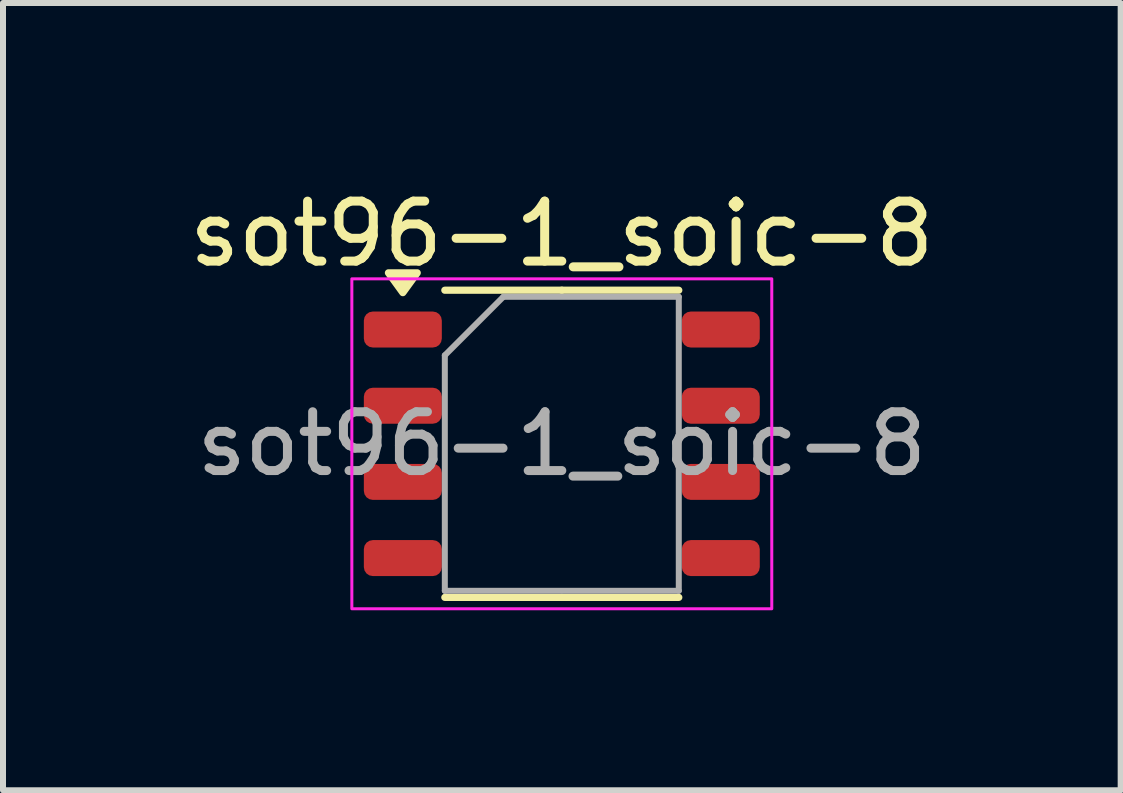
<source format=kicad_pcb>
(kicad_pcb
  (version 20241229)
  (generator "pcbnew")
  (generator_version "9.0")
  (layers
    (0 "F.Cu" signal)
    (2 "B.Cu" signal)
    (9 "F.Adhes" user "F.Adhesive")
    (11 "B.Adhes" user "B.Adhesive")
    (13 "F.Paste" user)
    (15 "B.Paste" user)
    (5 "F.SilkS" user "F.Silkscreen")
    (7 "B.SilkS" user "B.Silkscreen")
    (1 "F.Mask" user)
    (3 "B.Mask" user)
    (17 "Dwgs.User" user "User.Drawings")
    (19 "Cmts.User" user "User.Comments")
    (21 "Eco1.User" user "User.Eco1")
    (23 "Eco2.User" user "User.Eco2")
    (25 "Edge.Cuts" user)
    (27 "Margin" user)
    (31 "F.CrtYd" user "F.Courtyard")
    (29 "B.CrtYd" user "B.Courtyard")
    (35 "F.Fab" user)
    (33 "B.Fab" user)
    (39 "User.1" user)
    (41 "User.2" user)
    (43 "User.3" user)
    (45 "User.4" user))
  (footprint "sot96-1_soic-8"
    (layer "F.Cu")
    (at 6.315 4.348)
    (property "Reference" "sot96-1_soic-8" (at 0 -3.5 0) (layer "F.SilkS") (effects (font (size 1 1) (thickness 0.15))))
    (attr smd)
    (fp_line (start 0 -2.56) (end -1.95 -2.56) (stroke (width 0.12) (type solid)) (layer "F.SilkS"))
    (fp_line (start 0 -2.56) (end 1.95 -2.56) (stroke (width 0.12) (type solid)) (layer "F.SilkS"))
    (fp_line (start 0 2.56) (end -1.95 2.56) (stroke (width 0.12) (type solid)) (layer "F.SilkS"))
    (fp_line (start 0 2.56) (end 1.95 2.56) (stroke (width 0.12) (type solid)) (layer "F.SilkS"))
    (fp_poly (pts (xy -2.65 -2.52) (xy -2.89 -2.85) (xy -2.41 -2.85) (xy -2.65 -2.52)) (stroke (width 0.12) (type solid)) (fill yes) (layer "F.SilkS"))
    (fp_rect (start -3.5 -2.75) (end 3.5 2.75) (stroke (width 0.05) (type default)) (fill no) (layer "F.CrtYd"))
    (fp_line (start -1.95 -1.475) (end -0.975 -2.45) (stroke (width 0.1) (type solid)) (layer "F.Fab"))
    (fp_line (start -1.95 2.45) (end -1.95 -1.475) (stroke (width 0.1) (type solid)) (layer "F.Fab"))
    (fp_line (start -0.975 -2.45) (end 1.95 -2.45) (stroke (width 0.1) (type solid)) (layer "F.Fab"))
    (fp_line (start 1.95 -2.45) (end 1.95 2.45) (stroke (width 0.1) (type solid)) (layer "F.Fab"))
    (fp_line (start 1.95 2.45) (end -1.95 2.45) (stroke (width 0.1) (type solid)) (layer "F.Fab"))
    (fp_text user "${REFERENCE}" (at 0 0 0) (layer "F.Fab") (effects (font (size 0.98 0.98) (thickness 0.15))))
    (pad "1" smd roundrect (at -2.65 -1.905) (size 1.3 0.6) (layers "F.Cu" "F.Mask" "F.Paste") (roundrect_rratio 0.25))
    (pad "2" smd roundrect (at -2.65 -0.635) (size 1.3 0.6) (layers "F.Cu" "F.Mask" "F.Paste") (roundrect_rratio 0.25))
    (pad "3" smd roundrect (at -2.65 0.635) (size 1.3 0.6) (layers "F.Cu" "F.Mask" "F.Paste") (roundrect_rratio 0.25))
    (pad "4" smd roundrect (at -2.65 1.905) (size 1.3 0.6) (layers "F.Cu" "F.Mask" "F.Paste") (roundrect_rratio 0.25))
    (pad "5" smd roundrect (at 2.65 1.905) (size 1.3 0.6) (layers "F.Cu" "F.Mask" "F.Paste") (roundrect_rratio 0.25))
    (pad "6" smd roundrect (at 2.65 0.635) (size 1.3 0.6) (layers "F.Cu" "F.Mask" "F.Paste") (roundrect_rratio 0.25))
    (pad "7" smd roundrect (at 2.65 -0.635) (size 1.3 0.6) (layers "F.Cu" "F.Mask" "F.Paste") (roundrect_rratio 0.25))
    (pad "8" smd roundrect (at 2.65 -1.905) (size 1.3 0.6) (layers "F.Cu" "F.Mask" "F.Paste") (roundrect_rratio 0.25)))
  (gr_rect
    (start -3 -3)
    (end 15.631 10.123)
    (stroke (width 0.1) (type default))
    (fill no)
    (layer "Edge.Cuts")))
</source>
